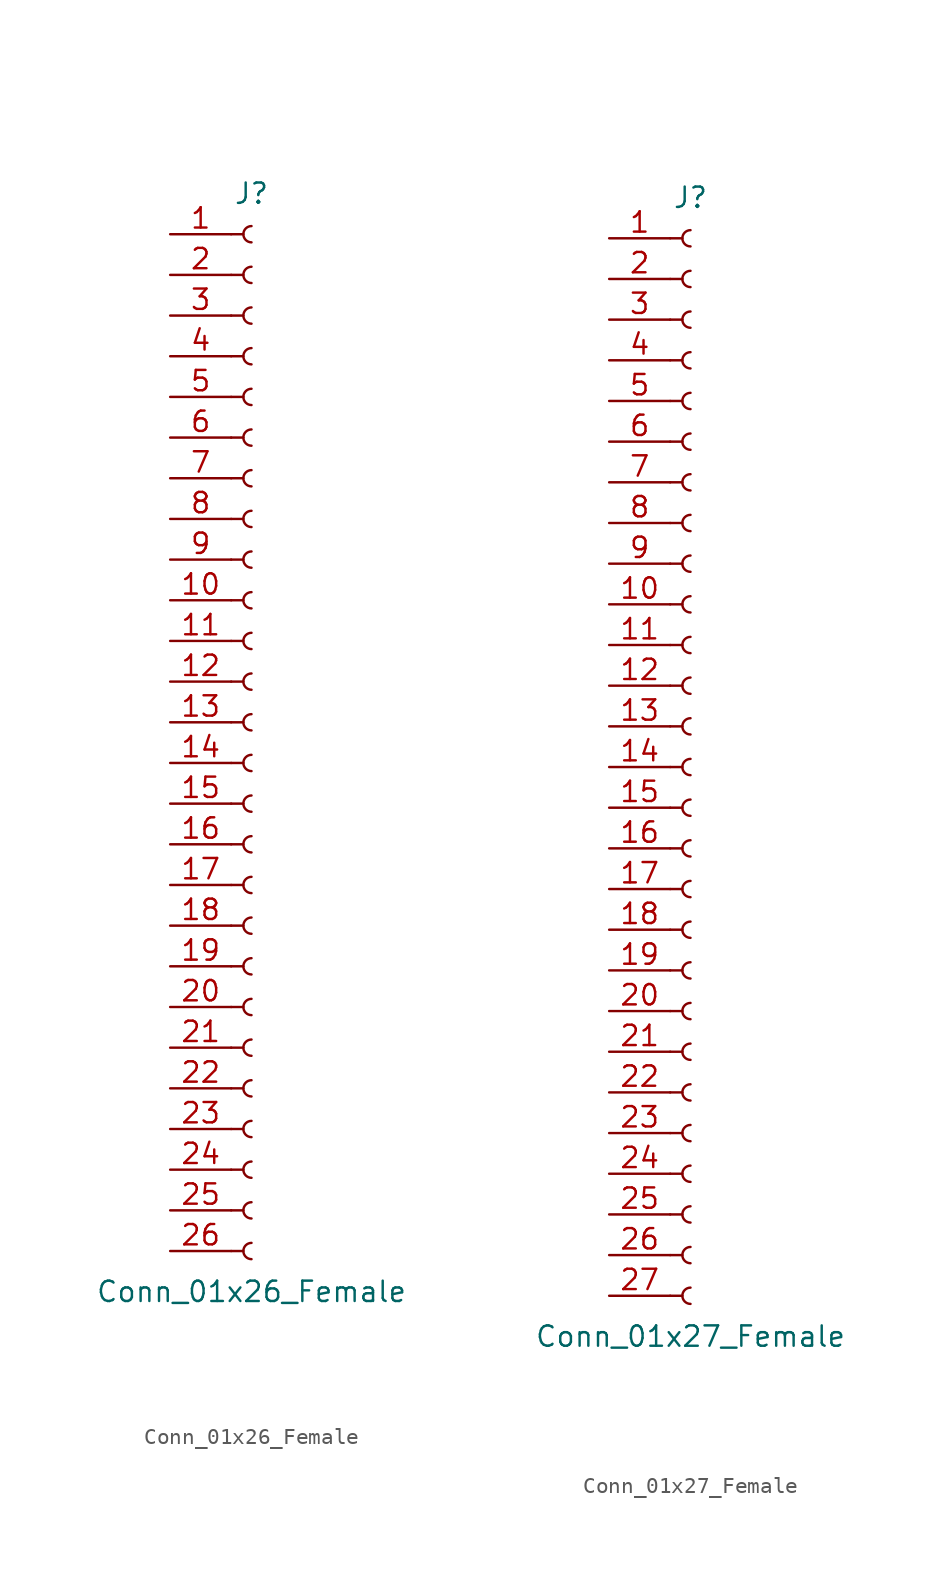
<source format=kicad_sym>
(kicad_symbol_lib
  (version 20211014)
  (generator kicad_symbol_editor)
  (symbol "Conn_01x26_Female"
    (pin_names
      (offset 1.016) hide)
    (property "Reference" "J"
      (at 0 33.02 0)
      (effects (font (size 1.27 1.27))))
    (property "Value" "Conn_01x26_Female"
      (at 0 -35.56 0)
      (effects (font (size 1.27 1.27))))
    (symbol "Conn_01x26_Female_1_1"
      (arc (start 0 -32.512) (mid -0.508 -33.02) (end 0 -33.528) (stroke (width 0.1524) (type default) (color 0 0 0 0)) (fill (type none)))
      (arc (start 0 -29.972) (mid -0.508 -30.48) (end 0 -30.988) (stroke (width 0.1524) (type default) (color 0 0 0 0)) (fill (type none)))
      (arc (start 0 -27.432) (mid -0.508 -27.94) (end 0 -28.448) (stroke (width 0.1524) (type default) (color 0 0 0 0)) (fill (type none)))
      (arc (start 0 -24.892) (mid -0.508 -25.4) (end 0 -25.908) (stroke (width 0.1524) (type default) (color 0 0 0 0)) (fill (type none)))
      (arc (start 0 -22.352) (mid -0.508 -22.86) (end 0 -23.368) (stroke (width 0.1524) (type default) (color 0 0 0 0)) (fill (type none)))
      (arc (start 0 -19.812) (mid -0.508 -20.32) (end 0 -20.828) (stroke (width 0.1524) (type default) (color 0 0 0 0)) (fill (type none)))
      (arc (start 0 -17.272) (mid -0.508 -17.78) (end 0 -18.288) (stroke (width 0.1524) (type default) (color 0 0 0 0)) (fill (type none)))
      (arc (start 0 -14.732) (mid -0.508 -15.24) (end 0 -15.748) (stroke (width 0.1524) (type default) (color 0 0 0 0)) (fill (type none)))
      (arc (start 0 -12.192) (mid -0.508 -12.7) (end 0 -13.208) (stroke (width 0.1524) (type default) (color 0 0 0 0)) (fill (type none)))
      (arc (start 0 -9.652) (mid -0.508 -10.16) (end 0 -10.668) (stroke (width 0.1524) (type default) (color 0 0 0 0)) (fill (type none)))
      (arc (start 0 -7.112) (mid -0.508 -7.62) (end 0 -8.128) (stroke (width 0.1524) (type default) (color 0 0 0 0)) (fill (type none)))
      (arc (start 0 -4.572) (mid -0.508 -5.08) (end 0 -5.588) (stroke (width 0.1524) (type default) (color 0 0 0 0)) (fill (type none)))
      (arc (start 0 -2.032) (mid -0.508 -2.54) (end 0 -3.048) (stroke (width 0.1524) (type default) (color 0 0 0 0)) (fill (type none)))
      (polyline (pts (xy -1.27 -33.02) (xy -0.508 -33.02)) (stroke (width 0.152) (type default) (color 0 0 0 0)) (fill (type none)))
      (polyline (pts (xy -1.27 -30.48) (xy -0.508 -30.48)) (stroke (width 0.152) (type default) (color 0 0 0 0)) (fill (type none)))
      (polyline (pts (xy -1.27 -27.94) (xy -0.508 -27.94)) (stroke (width 0.152) (type default) (color 0 0 0 0)) (fill (type none)))
      (polyline (pts (xy -1.27 -25.4) (xy -0.508 -25.4)) (stroke (width 0.152) (type default) (color 0 0 0 0)) (fill (type none)))
      (polyline (pts (xy -1.27 -22.86) (xy -0.508 -22.86)) (stroke (width 0.152) (type default) (color 0 0 0 0)) (fill (type none)))
      (polyline (pts (xy -1.27 -20.32) (xy -0.508 -20.32)) (stroke (width 0.152) (type default) (color 0 0 0 0)) (fill (type none)))
      (polyline (pts (xy -1.27 -17.78) (xy -0.508 -17.78)) (stroke (width 0.152) (type default) (color 0 0 0 0)) (fill (type none)))
      (polyline (pts (xy -1.27 -15.24) (xy -0.508 -15.24)) (stroke (width 0.152) (type default) (color 0 0 0 0)) (fill (type none)))
      (polyline (pts (xy -1.27 -12.7) (xy -0.508 -12.7)) (stroke (width 0.152) (type default) (color 0 0 0 0)) (fill (type none)))
      (polyline (pts (xy -1.27 -10.16) (xy -0.508 -10.16)) (stroke (width 0.152) (type default) (color 0 0 0 0)) (fill (type none)))
      (polyline (pts (xy -1.27 -7.62) (xy -0.508 -7.62)) (stroke (width 0.152) (type default) (color 0 0 0 0)) (fill (type none)))
      (polyline (pts (xy -1.27 -5.08) (xy -0.508 -5.08)) (stroke (width 0.152) (type default) (color 0 0 0 0)) (fill (type none)))
      (polyline (pts (xy -1.27 -2.54) (xy -0.508 -2.54)) (stroke (width 0.152) (type default) (color 0 0 0 0)) (fill (type none)))
      (polyline (pts (xy -1.27 0) (xy -0.508 0)) (stroke (width 0.152) (type default) (color 0 0 0 0)) (fill (type none)))
      (polyline (pts (xy -1.27 2.54) (xy -0.508 2.54)) (stroke (width 0.152) (type default) (color 0 0 0 0)) (fill (type none)))
      (polyline (pts (xy -1.27 5.08) (xy -0.508 5.08)) (stroke (width 0.152) (type default) (color 0 0 0 0)) (fill (type none)))
      (polyline (pts (xy -1.27 7.62) (xy -0.508 7.62)) (stroke (width 0.152) (type default) (color 0 0 0 0)) (fill (type none)))
      (polyline (pts (xy -1.27 10.16) (xy -0.508 10.16)) (stroke (width 0.152) (type default) (color 0 0 0 0)) (fill (type none)))
      (polyline (pts (xy -1.27 12.7) (xy -0.508 12.7)) (stroke (width 0.152) (type default) (color 0 0 0 0)) (fill (type none)))
      (polyline (pts (xy -1.27 15.24) (xy -0.508 15.24)) (stroke (width 0.152) (type default) (color 0 0 0 0)) (fill (type none)))
      (polyline (pts (xy -1.27 17.78) (xy -0.508 17.78)) (stroke (width 0.152) (type default) (color 0 0 0 0)) (fill (type none)))
      (polyline (pts (xy -1.27 20.32) (xy -0.508 20.32)) (stroke (width 0.152) (type default) (color 0 0 0 0)) (fill (type none)))
      (polyline (pts (xy -1.27 22.86) (xy -0.508 22.86)) (stroke (width 0.152) (type default) (color 0 0 0 0)) (fill (type none)))
      (polyline (pts (xy -1.27 25.4) (xy -0.508 25.4)) (stroke (width 0.152) (type default) (color 0 0 0 0)) (fill (type none)))
      (polyline (pts (xy -1.27 27.94) (xy -0.508 27.94)) (stroke (width 0.152) (type default) (color 0 0 0 0)) (fill (type none)))
      (polyline (pts (xy -1.27 30.48) (xy -0.508 30.48)) (stroke (width 0.152) (type default) (color 0 0 0 0)) (fill (type none)))
      (arc (start 0 0.508) (mid -0.508 0) (end 0 -0.508) (stroke (width 0.1524) (type default) (color 0 0 0 0)) (fill (type none)))
      (arc (start 0 3.048) (mid -0.508 2.54) (end 0 2.032) (stroke (width 0.1524) (type default) (color 0 0 0 0)) (fill (type none)))
      (arc (start 0 5.588) (mid -0.508 5.08) (end 0 4.572) (stroke (width 0.1524) (type default) (color 0 0 0 0)) (fill (type none)))
      (arc (start 0 8.128) (mid -0.508 7.62) (end 0 7.112) (stroke (width 0.1524) (type default) (color 0 0 0 0)) (fill (type none)))
      (arc (start 0 10.668) (mid -0.508 10.16) (end 0 9.652) (stroke (width 0.1524) (type default) (color 0 0 0 0)) (fill (type none)))
      (arc (start 0 13.208) (mid -0.508 12.7) (end 0 12.192) (stroke (width 0.1524) (type default) (color 0 0 0 0)) (fill (type none)))
      (arc (start 0 15.748) (mid -0.508 15.24) (end 0 14.732) (stroke (width 0.1524) (type default) (color 0 0 0 0)) (fill (type none)))
      (arc (start 0 18.288) (mid -0.508 17.78) (end 0 17.272) (stroke (width 0.1524) (type default) (color 0 0 0 0)) (fill (type none)))
      (arc (start 0 20.828) (mid -0.508 20.32) (end 0 19.812) (stroke (width 0.1524) (type default) (color 0 0 0 0)) (fill (type none)))
      (arc (start 0 23.368) (mid -0.508 22.86) (end 0 22.352) (stroke (width 0.1524) (type default) (color 0 0 0 0)) (fill (type none)))
      (arc (start 0 25.908) (mid -0.508 25.4) (end 0 24.892) (stroke (width 0.1524) (type default) (color 0 0 0 0)) (fill (type none)))
      (arc (start 0 28.448) (mid -0.508 27.94) (end 0 27.432) (stroke (width 0.1524) (type default) (color 0 0 0 0)) (fill (type none)))
      (arc (start 0 30.988) (mid -0.508 30.48) (end 0 29.972) (stroke (width 0.1524) (type default) (color 0 0 0 0)) (fill (type none)))
      (pin passive line (at -5.08 30.48 0) (length 3.81) (name "Pin_1" (effects (font (size 1.27 1.27)))) (number "1" (effects (font (size 1.27 1.27)))))
      (pin passive line (at -5.08 7.62 0) (length 3.81) (name "Pin_10" (effects (font (size 1.27 1.27)))) (number "10" (effects (font (size 1.27 1.27)))))
      (pin passive line (at -5.08 5.08 0) (length 3.81) (name "Pin_11" (effects (font (size 1.27 1.27)))) (number "11" (effects (font (size 1.27 1.27)))))
      (pin passive line (at -5.08 2.54 0) (length 3.81) (name "Pin_12" (effects (font (size 1.27 1.27)))) (number "12" (effects (font (size 1.27 1.27)))))
      (pin passive line (at -5.08 0 0) (length 3.81) (name "Pin_13" (effects (font (size 1.27 1.27)))) (number "13" (effects (font (size 1.27 1.27)))))
      (pin passive line (at -5.08 -2.54 0) (length 3.81) (name "Pin_14" (effects (font (size 1.27 1.27)))) (number "14" (effects (font (size 1.27 1.27)))))
      (pin passive line (at -5.08 -5.08 0) (length 3.81) (name "Pin_15" (effects (font (size 1.27 1.27)))) (number "15" (effects (font (size 1.27 1.27)))))
      (pin passive line (at -5.08 -7.62 0) (length 3.81) (name "Pin_16" (effects (font (size 1.27 1.27)))) (number "16" (effects (font (size 1.27 1.27)))))
      (pin passive line (at -5.08 -10.16 0) (length 3.81) (name "Pin_17" (effects (font (size 1.27 1.27)))) (number "17" (effects (font (size 1.27 1.27)))))
      (pin passive line (at -5.08 -12.7 0) (length 3.81) (name "Pin_18" (effects (font (size 1.27 1.27)))) (number "18" (effects (font (size 1.27 1.27)))))
      (pin passive line (at -5.08 -15.24 0) (length 3.81) (name "Pin_19" (effects (font (size 1.27 1.27)))) (number "19" (effects (font (size 1.27 1.27)))))
      (pin passive line (at -5.08 27.94 0) (length 3.81) (name "Pin_2" (effects (font (size 1.27 1.27)))) (number "2" (effects (font (size 1.27 1.27)))))
      (pin passive line (at -5.08 -17.78 0) (length 3.81) (name "Pin_20" (effects (font (size 1.27 1.27)))) (number "20" (effects (font (size 1.27 1.27)))))
      (pin passive line (at -5.08 -20.32 0) (length 3.81) (name "Pin_21" (effects (font (size 1.27 1.27)))) (number "21" (effects (font (size 1.27 1.27)))))
      (pin passive line (at -5.08 -22.86 0) (length 3.81) (name "Pin_22" (effects (font (size 1.27 1.27)))) (number "22" (effects (font (size 1.27 1.27)))))
      (pin passive line (at -5.08 -25.4 0) (length 3.81) (name "Pin_23" (effects (font (size 1.27 1.27)))) (number "23" (effects (font (size 1.27 1.27)))))
      (pin passive line (at -5.08 -27.94 0) (length 3.81) (name "Pin_24" (effects (font (size 1.27 1.27)))) (number "24" (effects (font (size 1.27 1.27)))))
      (pin passive line (at -5.08 -30.48 0) (length 3.81) (name "Pin_25" (effects (font (size 1.27 1.27)))) (number "25" (effects (font (size 1.27 1.27)))))
      (pin passive line (at -5.08 -33.02 0) (length 3.81) (name "Pin_26" (effects (font (size 1.27 1.27)))) (number "26" (effects (font (size 1.27 1.27)))))
      (pin passive line (at -5.08 25.4 0) (length 3.81) (name "Pin_3" (effects (font (size 1.27 1.27)))) (number "3" (effects (font (size 1.27 1.27)))))
      (pin passive line (at -5.08 22.86 0) (length 3.81) (name "Pin_4" (effects (font (size 1.27 1.27)))) (number "4" (effects (font (size 1.27 1.27)))))
      (pin passive line (at -5.08 20.32 0) (length 3.81) (name "Pin_5" (effects (font (size 1.27 1.27)))) (number "5" (effects (font (size 1.27 1.27)))))
      (pin passive line (at -5.08 17.78 0) (length 3.81) (name "Pin_6" (effects (font (size 1.27 1.27)))) (number "6" (effects (font (size 1.27 1.27)))))
      (pin passive line (at -5.08 15.24 0) (length 3.81) (name "Pin_7" (effects (font (size 1.27 1.27)))) (number "7" (effects (font (size 1.27 1.27)))))
      (pin passive line (at -5.08 12.7 0) (length 3.81) (name "Pin_8" (effects (font (size 1.27 1.27)))) (number "8" (effects (font (size 1.27 1.27)))))
      (pin passive line (at -5.08 10.16 0) (length 3.81) (name "Pin_9" (effects (font (size 1.27 1.27)))) (number "9" (effects (font (size 1.27 1.27)))))))
  (symbol "Conn_01x27_Female"
    (pin_names
      (offset 1.016) hide)
    (property "Reference" "J"
      (at 0 35.56 0)
      (effects (font (size 1.27 1.27))))
    (property "Value" "Conn_01x27_Female"
      (at 0 -35.56 0)
      (effects (font (size 1.27 1.27))))
    (symbol "Conn_01x27_Female_1_1"
      (arc (start 0 -32.512) (mid -0.508 -33.02) (end 0 -33.528) (stroke (width 0.1524) (type default) (color 0 0 0 0)) (fill (type none)))
      (arc (start 0 -29.972) (mid -0.508 -30.48) (end 0 -30.988) (stroke (width 0.1524) (type default) (color 0 0 0 0)) (fill (type none)))
      (arc (start 0 -27.432) (mid -0.508 -27.94) (end 0 -28.448) (stroke (width 0.1524) (type default) (color 0 0 0 0)) (fill (type none)))
      (arc (start 0 -24.892) (mid -0.508 -25.4) (end 0 -25.908) (stroke (width 0.1524) (type default) (color 0 0 0 0)) (fill (type none)))
      (arc (start 0 -22.352) (mid -0.508 -22.86) (end 0 -23.368) (stroke (width 0.1524) (type default) (color 0 0 0 0)) (fill (type none)))
      (arc (start 0 -19.812) (mid -0.508 -20.32) (end 0 -20.828) (stroke (width 0.1524) (type default) (color 0 0 0 0)) (fill (type none)))
      (arc (start 0 -17.272) (mid -0.508 -17.78) (end 0 -18.288) (stroke (width 0.1524) (type default) (color 0 0 0 0)) (fill (type none)))
      (arc (start 0 -14.732) (mid -0.508 -15.24) (end 0 -15.748) (stroke (width 0.1524) (type default) (color 0 0 0 0)) (fill (type none)))
      (arc (start 0 -12.192) (mid -0.508 -12.7) (end 0 -13.208) (stroke (width 0.1524) (type default) (color 0 0 0 0)) (fill (type none)))
      (arc (start 0 -9.652) (mid -0.508 -10.16) (end 0 -10.668) (stroke (width 0.1524) (type default) (color 0 0 0 0)) (fill (type none)))
      (arc (start 0 -7.112) (mid -0.508 -7.62) (end 0 -8.128) (stroke (width 0.1524) (type default) (color 0 0 0 0)) (fill (type none)))
      (arc (start 0 -4.572) (mid -0.508 -5.08) (end 0 -5.588) (stroke (width 0.1524) (type default) (color 0 0 0 0)) (fill (type none)))
      (arc (start 0 -2.032) (mid -0.508 -2.54) (end 0 -3.048) (stroke (width 0.1524) (type default) (color 0 0 0 0)) (fill (type none)))
      (polyline (pts (xy -1.27 -33.02) (xy -0.508 -33.02)) (stroke (width 0.152) (type default) (color 0 0 0 0)) (fill (type none)))
      (polyline (pts (xy -1.27 -30.48) (xy -0.508 -30.48)) (stroke (width 0.152) (type default) (color 0 0 0 0)) (fill (type none)))
      (polyline (pts (xy -1.27 -27.94) (xy -0.508 -27.94)) (stroke (width 0.152) (type default) (color 0 0 0 0)) (fill (type none)))
      (polyline (pts (xy -1.27 -25.4) (xy -0.508 -25.4)) (stroke (width 0.152) (type default) (color 0 0 0 0)) (fill (type none)))
      (polyline (pts (xy -1.27 -22.86) (xy -0.508 -22.86)) (stroke (width 0.152) (type default) (color 0 0 0 0)) (fill (type none)))
      (polyline (pts (xy -1.27 -20.32) (xy -0.508 -20.32)) (stroke (width 0.152) (type default) (color 0 0 0 0)) (fill (type none)))
      (polyline (pts (xy -1.27 -17.78) (xy -0.508 -17.78)) (stroke (width 0.152) (type default) (color 0 0 0 0)) (fill (type none)))
      (polyline (pts (xy -1.27 -15.24) (xy -0.508 -15.24)) (stroke (width 0.152) (type default) (color 0 0 0 0)) (fill (type none)))
      (polyline (pts (xy -1.27 -12.7) (xy -0.508 -12.7)) (stroke (width 0.152) (type default) (color 0 0 0 0)) (fill (type none)))
      (polyline (pts (xy -1.27 -10.16) (xy -0.508 -10.16)) (stroke (width 0.152) (type default) (color 0 0 0 0)) (fill (type none)))
      (polyline (pts (xy -1.27 -7.62) (xy -0.508 -7.62)) (stroke (width 0.152) (type default) (color 0 0 0 0)) (fill (type none)))
      (polyline (pts (xy -1.27 -5.08) (xy -0.508 -5.08)) (stroke (width 0.152) (type default) (color 0 0 0 0)) (fill (type none)))
      (polyline (pts (xy -1.27 -2.54) (xy -0.508 -2.54)) (stroke (width 0.152) (type default) (color 0 0 0 0)) (fill (type none)))
      (polyline (pts (xy -1.27 0) (xy -0.508 0)) (stroke (width 0.152) (type default) (color 0 0 0 0)) (fill (type none)))
      (polyline (pts (xy -1.27 2.54) (xy -0.508 2.54)) (stroke (width 0.152) (type default) (color 0 0 0 0)) (fill (type none)))
      (polyline (pts (xy -1.27 5.08) (xy -0.508 5.08)) (stroke (width 0.152) (type default) (color 0 0 0 0)) (fill (type none)))
      (polyline (pts (xy -1.27 7.62) (xy -0.508 7.62)) (stroke (width 0.152) (type default) (color 0 0 0 0)) (fill (type none)))
      (polyline (pts (xy -1.27 10.16) (xy -0.508 10.16)) (stroke (width 0.152) (type default) (color 0 0 0 0)) (fill (type none)))
      (polyline (pts (xy -1.27 12.7) (xy -0.508 12.7)) (stroke (width 0.152) (type default) (color 0 0 0 0)) (fill (type none)))
      (polyline (pts (xy -1.27 15.24) (xy -0.508 15.24)) (stroke (width 0.152) (type default) (color 0 0 0 0)) (fill (type none)))
      (polyline (pts (xy -1.27 17.78) (xy -0.508 17.78)) (stroke (width 0.152) (type default) (color 0 0 0 0)) (fill (type none)))
      (polyline (pts (xy -1.27 20.32) (xy -0.508 20.32)) (stroke (width 0.152) (type default) (color 0 0 0 0)) (fill (type none)))
      (polyline (pts (xy -1.27 22.86) (xy -0.508 22.86)) (stroke (width 0.152) (type default) (color 0 0 0 0)) (fill (type none)))
      (polyline (pts (xy -1.27 25.4) (xy -0.508 25.4)) (stroke (width 0.152) (type default) (color 0 0 0 0)) (fill (type none)))
      (polyline (pts (xy -1.27 27.94) (xy -0.508 27.94)) (stroke (width 0.152) (type default) (color 0 0 0 0)) (fill (type none)))
      (polyline (pts (xy -1.27 30.48) (xy -0.508 30.48)) (stroke (width 0.152) (type default) (color 0 0 0 0)) (fill (type none)))
      (polyline (pts (xy -1.27 33.02) (xy -0.508 33.02)) (stroke (width 0.152) (type default) (color 0 0 0 0)) (fill (type none)))
      (arc (start 0 0.508) (mid -0.508 0) (end 0 -0.508) (stroke (width 0.1524) (type default) (color 0 0 0 0)) (fill (type none)))
      (arc (start 0 3.048) (mid -0.508 2.54) (end 0 2.032) (stroke (width 0.1524) (type default) (color 0 0 0 0)) (fill (type none)))
      (arc (start 0 5.588) (mid -0.508 5.08) (end 0 4.572) (stroke (width 0.1524) (type default) (color 0 0 0 0)) (fill (type none)))
      (arc (start 0 8.128) (mid -0.508 7.62) (end 0 7.112) (stroke (width 0.1524) (type default) (color 0 0 0 0)) (fill (type none)))
      (arc (start 0 10.668) (mid -0.508 10.16) (end 0 9.652) (stroke (width 0.1524) (type default) (color 0 0 0 0)) (fill (type none)))
      (arc (start 0 13.208) (mid -0.508 12.7) (end 0 12.192) (stroke (width 0.1524) (type default) (color 0 0 0 0)) (fill (type none)))
      (arc (start 0 15.748) (mid -0.508 15.24) (end 0 14.732) (stroke (width 0.1524) (type default) (color 0 0 0 0)) (fill (type none)))
      (arc (start 0 18.288) (mid -0.508 17.78) (end 0 17.272) (stroke (width 0.1524) (type default) (color 0 0 0 0)) (fill (type none)))
      (arc (start 0 20.828) (mid -0.508 20.32) (end 0 19.812) (stroke (width 0.1524) (type default) (color 0 0 0 0)) (fill (type none)))
      (arc (start 0 23.368) (mid -0.508 22.86) (end 0 22.352) (stroke (width 0.1524) (type default) (color 0 0 0 0)) (fill (type none)))
      (arc (start 0 25.908) (mid -0.508 25.4) (end 0 24.892) (stroke (width 0.1524) (type default) (color 0 0 0 0)) (fill (type none)))
      (arc (start 0 28.448) (mid -0.508 27.94) (end 0 27.432) (stroke (width 0.1524) (type default) (color 0 0 0 0)) (fill (type none)))
      (arc (start 0 30.988) (mid -0.508 30.48) (end 0 29.972) (stroke (width 0.1524) (type default) (color 0 0 0 0)) (fill (type none)))
      (arc (start 0 33.528) (mid -0.508 33.02) (end 0 32.512) (stroke (width 0.1524) (type default) (color 0 0 0 0)) (fill (type none)))
      (pin passive line (at -5.08 33.02 0) (length 3.81) (name "Pin_1" (effects (font (size 1.27 1.27)))) (number "1" (effects (font (size 1.27 1.27)))))
      (pin passive line (at -5.08 10.16 0) (length 3.81) (name "Pin_10" (effects (font (size 1.27 1.27)))) (number "10" (effects (font (size 1.27 1.27)))))
      (pin passive line (at -5.08 7.62 0) (length 3.81) (name "Pin_11" (effects (font (size 1.27 1.27)))) (number "11" (effects (font (size 1.27 1.27)))))
      (pin passive line (at -5.08 5.08 0) (length 3.81) (name "Pin_12" (effects (font (size 1.27 1.27)))) (number "12" (effects (font (size 1.27 1.27)))))
      (pin passive line (at -5.08 2.54 0) (length 3.81) (name "Pin_13" (effects (font (size 1.27 1.27)))) (number "13" (effects (font (size 1.27 1.27)))))
      (pin passive line (at -5.08 0 0) (length 3.81) (name "Pin_14" (effects (font (size 1.27 1.27)))) (number "14" (effects (font (size 1.27 1.27)))))
      (pin passive line (at -5.08 -2.54 0) (length 3.81) (name "Pin_15" (effects (font (size 1.27 1.27)))) (number "15" (effects (font (size 1.27 1.27)))))
      (pin passive line (at -5.08 -5.08 0) (length 3.81) (name "Pin_16" (effects (font (size 1.27 1.27)))) (number "16" (effects (font (size 1.27 1.27)))))
      (pin passive line (at -5.08 -7.62 0) (length 3.81) (name "Pin_17" (effects (font (size 1.27 1.27)))) (number "17" (effects (font (size 1.27 1.27)))))
      (pin passive line (at -5.08 -10.16 0) (length 3.81) (name "Pin_18" (effects (font (size 1.27 1.27)))) (number "18" (effects (font (size 1.27 1.27)))))
      (pin passive line (at -5.08 -12.7 0) (length 3.81) (name "Pin_19" (effects (font (size 1.27 1.27)))) (number "19" (effects (font (size 1.27 1.27)))))
      (pin passive line (at -5.08 30.48 0) (length 3.81) (name "Pin_2" (effects (font (size 1.27 1.27)))) (number "2" (effects (font (size 1.27 1.27)))))
      (pin passive line (at -5.08 -15.24 0) (length 3.81) (name "Pin_20" (effects (font (size 1.27 1.27)))) (number "20" (effects (font (size 1.27 1.27)))))
      (pin passive line (at -5.08 -17.78 0) (length 3.81) (name "Pin_21" (effects (font (size 1.27 1.27)))) (number "21" (effects (font (size 1.27 1.27)))))
      (pin passive line (at -5.08 -20.32 0) (length 3.81) (name "Pin_22" (effects (font (size 1.27 1.27)))) (number "22" (effects (font (size 1.27 1.27)))))
      (pin passive line (at -5.08 -22.86 0) (length 3.81) (name "Pin_23" (effects (font (size 1.27 1.27)))) (number "23" (effects (font (size 1.27 1.27)))))
      (pin passive line (at -5.08 -25.4 0) (length 3.81) (name "Pin_24" (effects (font (size 1.27 1.27)))) (number "24" (effects (font (size 1.27 1.27)))))
      (pin passive line (at -5.08 -27.94 0) (length 3.81) (name "Pin_25" (effects (font (size 1.27 1.27)))) (number "25" (effects (font (size 1.27 1.27)))))
      (pin passive line (at -5.08 -30.48 0) (length 3.81) (name "Pin_26" (effects (font (size 1.27 1.27)))) (number "26" (effects (font (size 1.27 1.27)))))
      (pin passive line (at -5.08 -33.02 0) (length 3.81) (name "Pin_27" (effects (font (size 1.27 1.27)))) (number "27" (effects (font (size 1.27 1.27)))))
      (pin passive line (at -5.08 27.94 0) (length 3.81) (name "Pin_3" (effects (font (size 1.27 1.27)))) (number "3" (effects (font (size 1.27 1.27)))))
      (pin passive line (at -5.08 25.4 0) (length 3.81) (name "Pin_4" (effects (font (size 1.27 1.27)))) (number "4" (effects (font (size 1.27 1.27)))))
      (pin passive line (at -5.08 22.86 0) (length 3.81) (name "Pin_5" (effects (font (size 1.27 1.27)))) (number "5" (effects (font (size 1.27 1.27)))))
      (pin passive line (at -5.08 20.32 0) (length 3.81) (name "Pin_6" (effects (font (size 1.27 1.27)))) (number "6" (effects (font (size 1.27 1.27)))))
      (pin passive line (at -5.08 17.78 0) (length 3.81) (name "Pin_7" (effects (font (size 1.27 1.27)))) (number "7" (effects (font (size 1.27 1.27)))))
      (pin passive line (at -5.08 15.24 0) (length 3.81) (name "Pin_8" (effects (font (size 1.27 1.27)))) (number "8" (effects (font (size 1.27 1.27)))))
      (pin passive line (at -5.08 12.7 0) (length 3.81) (name "Pin_9" (effects (font (size 1.27 1.27)))) (number "9" (effects (font (size 1.27 1.27))))))))
</source>
